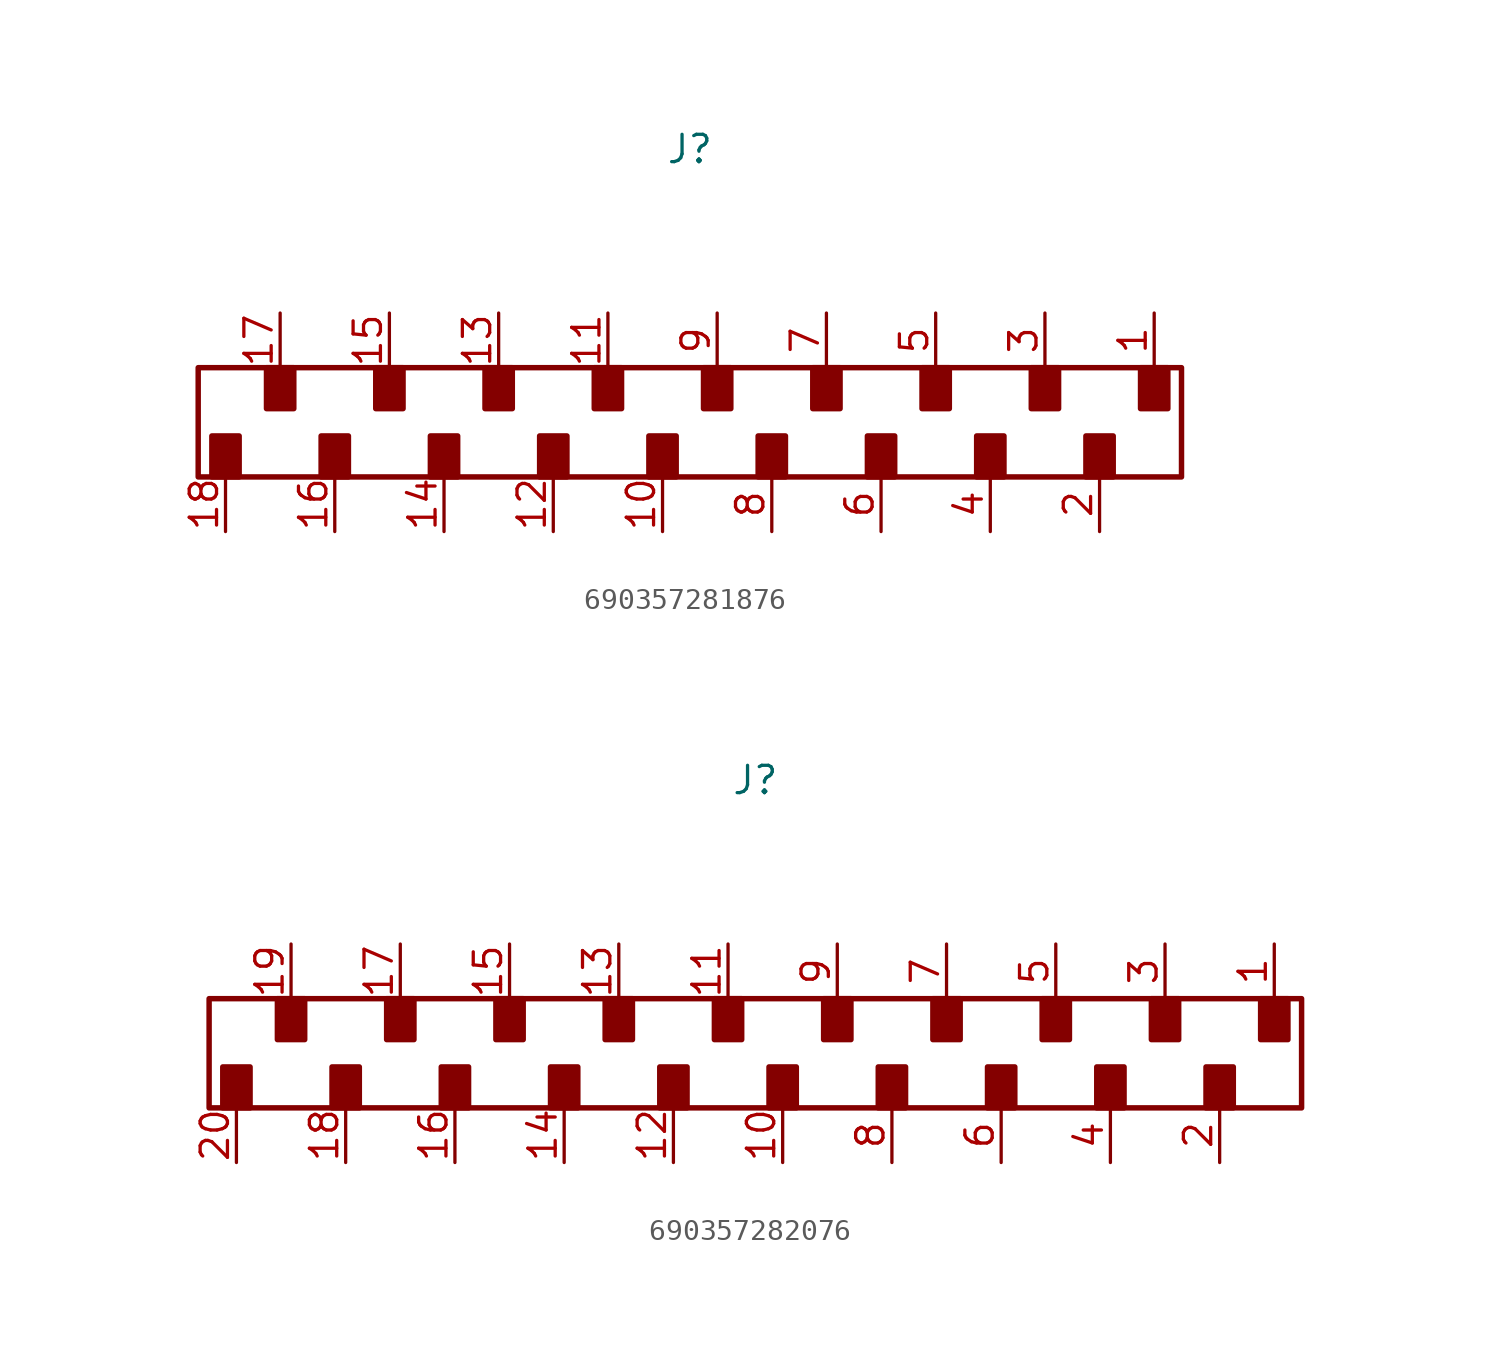
<source format=kicad_sym>
(kicad_symbol_lib
  (version 20241209)
  (generator "kicad_symbol_editor")
  (generator_version "9.0")
  (symbol "690357281876"
    (pin_names
      (hide yes))
    (property "Reference" "J"
      (at 0 12.7 0)
      (effects (font (size 1.27 1.27))))
    (symbol "690357281876_1_1"
      (rectangle (start -22.86 2.54) (end 22.86 -2.54) (stroke (width 0.254) (type solid)) (fill (type none)))
      (rectangle (start -20.955 -2.54) (end -22.225 -0.635) (stroke (width 0.254) (type solid)) (fill (type outline)))
      (rectangle (start -18.415 0.635) (end -19.685 2.54) (stroke (width 0.254) (type solid)) (fill (type outline)))
      (rectangle (start -15.875 -2.54) (end -17.145 -0.635) (stroke (width 0.254) (type solid)) (fill (type outline)))
      (rectangle (start -13.335 0.635) (end -14.605 2.54) (stroke (width 0.254) (type solid)) (fill (type outline)))
      (rectangle (start -10.795 -2.54) (end -12.065 -0.635) (stroke (width 0.254) (type solid)) (fill (type outline)))
      (rectangle (start -8.255 0.635) (end -9.525 2.54) (stroke (width 0.254) (type solid)) (fill (type outline)))
      (rectangle (start -5.715 -2.54) (end -6.985 -0.635) (stroke (width 0.254) (type solid)) (fill (type outline)))
      (rectangle (start -3.175 0.635) (end -4.445 2.54) (stroke (width 0.254) (type solid)) (fill (type outline)))
      (rectangle (start -0.635 -2.54) (end -1.905 -0.635) (stroke (width 0.254) (type solid)) (fill (type outline)))
      (rectangle (start 1.905 0.635) (end 0.635 2.54) (stroke (width 0.254) (type solid)) (fill (type outline)))
      (rectangle (start 4.445 -2.54) (end 3.175 -0.635) (stroke (width 0.254) (type solid)) (fill (type outline)))
      (rectangle (start 6.985 0.635) (end 5.715 2.54) (stroke (width 0.254) (type solid)) (fill (type outline)))
      (rectangle (start 9.525 -2.54) (end 8.255 -0.635) (stroke (width 0.254) (type solid)) (fill (type outline)))
      (rectangle (start 12.065 0.635) (end 10.795 2.54) (stroke (width 0.254) (type solid)) (fill (type outline)))
      (rectangle (start 14.605 -2.54) (end 13.335 -0.635) (stroke (width 0.254) (type solid)) (fill (type outline)))
      (rectangle (start 17.145 0.635) (end 15.875 2.54) (stroke (width 0.254) (type solid)) (fill (type outline)))
      (rectangle (start 19.685 -2.54) (end 18.415 -0.635) (stroke (width 0.254) (type solid)) (fill (type outline)))
      (rectangle (start 22.225 0.635) (end 20.955 2.54) (stroke (width 0.254) (type solid)) (fill (type outline)))
      (pin passive line (at -21.59 -5.08 90) (length 2.54) (name "18" (effects (font (size 1.27 1.27)))) (number "18" (effects (font (size 1.27 1.27)))))
      (pin passive line (at -19.05 5.08 270) (length 2.54) (name "17" (effects (font (size 1.27 1.27)))) (number "17" (effects (font (size 1.27 1.27)))))
      (pin passive line (at -16.51 -5.08 90) (length 2.54) (name "16" (effects (font (size 1.27 1.27)))) (number "16" (effects (font (size 1.27 1.27)))))
      (pin passive line (at -13.97 5.08 270) (length 2.54) (name "15" (effects (font (size 1.27 1.27)))) (number "15" (effects (font (size 1.27 1.27)))))
      (pin passive line (at -11.43 -5.08 90) (length 2.54) (name "14" (effects (font (size 1.27 1.27)))) (number "14" (effects (font (size 1.27 1.27)))))
      (pin passive line (at -8.89 5.08 270) (length 2.54) (name "13" (effects (font (size 1.27 1.27)))) (number "13" (effects (font (size 1.27 1.27)))))
      (pin passive line (at -6.35 -5.08 90) (length 2.54) (name "12" (effects (font (size 1.27 1.27)))) (number "12" (effects (font (size 1.27 1.27)))))
      (pin passive line (at -3.81 5.08 270) (length 2.54) (name "11" (effects (font (size 1.27 1.27)))) (number "11" (effects (font (size 1.27 1.27)))))
      (pin passive line (at -1.27 -5.08 90) (length 2.54) (name "10" (effects (font (size 1.27 1.27)))) (number "10" (effects (font (size 1.27 1.27)))))
      (pin passive line (at 1.27 5.08 270) (length 2.54) (name "9" (effects (font (size 1.27 1.27)))) (number "9" (effects (font (size 1.27 1.27)))))
      (pin passive line (at 3.81 -5.08 90) (length 2.54) (name "8" (effects (font (size 1.27 1.27)))) (number "8" (effects (font (size 1.27 1.27)))))
      (pin passive line (at 6.35 5.08 270) (length 2.54) (name "7" (effects (font (size 1.27 1.27)))) (number "7" (effects (font (size 1.27 1.27)))))
      (pin passive line (at 8.89 -5.08 90) (length 2.54) (name "6" (effects (font (size 1.27 1.27)))) (number "6" (effects (font (size 1.27 1.27)))))
      (pin passive line (at 11.43 5.08 270) (length 2.54) (name "5" (effects (font (size 1.27 1.27)))) (number "5" (effects (font (size 1.27 1.27)))))
      (pin passive line (at 13.97 -5.08 90) (length 2.54) (name "4" (effects (font (size 1.27 1.27)))) (number "4" (effects (font (size 1.27 1.27)))))
      (pin passive line (at 16.51 5.08 270) (length 2.54) (name "3" (effects (font (size 1.27 1.27)))) (number "3" (effects (font (size 1.27 1.27)))))
      (pin passive line (at 19.05 -5.08 90) (length 2.54) (name "2" (effects (font (size 1.27 1.27)))) (number "2" (effects (font (size 1.27 1.27)))))
      (pin passive line (at 21.59 5.08 270) (length 2.54) (name "1" (effects (font (size 1.27 1.27)))) (number "1" (effects (font (size 1.27 1.27)))))))
  (symbol "690357282076"
    (pin_names
      (hide yes))
    (property "Reference" "J"
      (at 0 12.7 0)
      (effects (font (size 1.27 1.27))))
    (symbol "690357282076_1_1"
      (rectangle (start -25.4 2.54) (end 25.4 -2.54) (stroke (width 0.254) (type solid)) (fill (type none)))
      (rectangle (start -23.495 -2.54) (end -24.765 -0.635) (stroke (width 0.254) (type solid)) (fill (type outline)))
      (rectangle (start -20.955 0.635) (end -22.225 2.54) (stroke (width 0.254) (type solid)) (fill (type outline)))
      (rectangle (start -18.415 -2.54) (end -19.685 -0.635) (stroke (width 0.254) (type solid)) (fill (type outline)))
      (rectangle (start -15.875 0.635) (end -17.145 2.54) (stroke (width 0.254) (type solid)) (fill (type outline)))
      (rectangle (start -13.335 -2.54) (end -14.605 -0.635) (stroke (width 0.254) (type solid)) (fill (type outline)))
      (rectangle (start -10.795 0.635) (end -12.065 2.54) (stroke (width 0.254) (type solid)) (fill (type outline)))
      (rectangle (start -8.255 -2.54) (end -9.525 -0.635) (stroke (width 0.254) (type solid)) (fill (type outline)))
      (rectangle (start -5.715 0.635) (end -6.985 2.54) (stroke (width 0.254) (type solid)) (fill (type outline)))
      (rectangle (start -3.175 -2.54) (end -4.445 -0.635) (stroke (width 0.254) (type solid)) (fill (type outline)))
      (rectangle (start -0.635 0.635) (end -1.905 2.54) (stroke (width 0.254) (type solid)) (fill (type outline)))
      (rectangle (start 1.905 -2.54) (end 0.635 -0.635) (stroke (width 0.254) (type solid)) (fill (type outline)))
      (rectangle (start 4.445 0.635) (end 3.175 2.54) (stroke (width 0.254) (type solid)) (fill (type outline)))
      (rectangle (start 6.985 -2.54) (end 5.715 -0.635) (stroke (width 0.254) (type solid)) (fill (type outline)))
      (rectangle (start 9.525 0.635) (end 8.255 2.54) (stroke (width 0.254) (type solid)) (fill (type outline)))
      (rectangle (start 12.065 -2.54) (end 10.795 -0.635) (stroke (width 0.254) (type solid)) (fill (type outline)))
      (rectangle (start 14.605 0.635) (end 13.335 2.54) (stroke (width 0.254) (type solid)) (fill (type outline)))
      (rectangle (start 17.145 -2.54) (end 15.875 -0.635) (stroke (width 0.254) (type solid)) (fill (type outline)))
      (rectangle (start 19.685 0.635) (end 18.415 2.54) (stroke (width 0.254) (type solid)) (fill (type outline)))
      (rectangle (start 22.225 -2.54) (end 20.955 -0.635) (stroke (width 0.254) (type solid)) (fill (type outline)))
      (rectangle (start 24.765 0.635) (end 23.495 2.54) (stroke (width 0.254) (type solid)) (fill (type outline)))
      (pin passive line (at -24.13 -5.08 90) (length 2.54) (name "20" (effects (font (size 1.27 1.27)))) (number "20" (effects (font (size 1.27 1.27)))))
      (pin passive line (at -21.59 5.08 270) (length 2.54) (name "19" (effects (font (size 1.27 1.27)))) (number "19" (effects (font (size 1.27 1.27)))))
      (pin passive line (at -19.05 -5.08 90) (length 2.54) (name "18" (effects (font (size 1.27 1.27)))) (number "18" (effects (font (size 1.27 1.27)))))
      (pin passive line (at -16.51 5.08 270) (length 2.54) (name "17" (effects (font (size 1.27 1.27)))) (number "17" (effects (font (size 1.27 1.27)))))
      (pin passive line (at -13.97 -5.08 90) (length 2.54) (name "16" (effects (font (size 1.27 1.27)))) (number "16" (effects (font (size 1.27 1.27)))))
      (pin passive line (at -11.43 5.08 270) (length 2.54) (name "15" (effects (font (size 1.27 1.27)))) (number "15" (effects (font (size 1.27 1.27)))))
      (pin passive line (at -8.89 -5.08 90) (length 2.54) (name "14" (effects (font (size 1.27 1.27)))) (number "14" (effects (font (size 1.27 1.27)))))
      (pin passive line (at -6.35 5.08 270) (length 2.54) (name "13" (effects (font (size 1.27 1.27)))) (number "13" (effects (font (size 1.27 1.27)))))
      (pin passive line (at -3.81 -5.08 90) (length 2.54) (name "12" (effects (font (size 1.27 1.27)))) (number "12" (effects (font (size 1.27 1.27)))))
      (pin passive line (at -1.27 5.08 270) (length 2.54) (name "11" (effects (font (size 1.27 1.27)))) (number "11" (effects (font (size 1.27 1.27)))))
      (pin passive line (at 1.27 -5.08 90) (length 2.54) (name "10" (effects (font (size 1.27 1.27)))) (number "10" (effects (font (size 1.27 1.27)))))
      (pin passive line (at 3.81 5.08 270) (length 2.54) (name "9" (effects (font (size 1.27 1.27)))) (number "9" (effects (font (size 1.27 1.27)))))
      (pin passive line (at 6.35 -5.08 90) (length 2.54) (name "8" (effects (font (size 1.27 1.27)))) (number "8" (effects (font (size 1.27 1.27)))))
      (pin passive line (at 8.89 5.08 270) (length 2.54) (name "7" (effects (font (size 1.27 1.27)))) (number "7" (effects (font (size 1.27 1.27)))))
      (pin passive line (at 11.43 -5.08 90) (length 2.54) (name "6" (effects (font (size 1.27 1.27)))) (number "6" (effects (font (size 1.27 1.27)))))
      (pin passive line (at 13.97 5.08 270) (length 2.54) (name "5" (effects (font (size 1.27 1.27)))) (number "5" (effects (font (size 1.27 1.27)))))
      (pin passive line (at 16.51 -5.08 90) (length 2.54) (name "4" (effects (font (size 1.27 1.27)))) (number "4" (effects (font (size 1.27 1.27)))))
      (pin passive line (at 19.05 5.08 270) (length 2.54) (name "3" (effects (font (size 1.27 1.27)))) (number "3" (effects (font (size 1.27 1.27)))))
      (pin passive line (at 21.59 -5.08 90) (length 2.54) (name "2" (effects (font (size 1.27 1.27)))) (number "2" (effects (font (size 1.27 1.27)))))
      (pin passive line (at 24.13 5.08 270) (length 2.54) (name "1" (effects (font (size 1.27 1.27)))) (number "1" (effects (font (size 1.27 1.27))))))))
</source>
